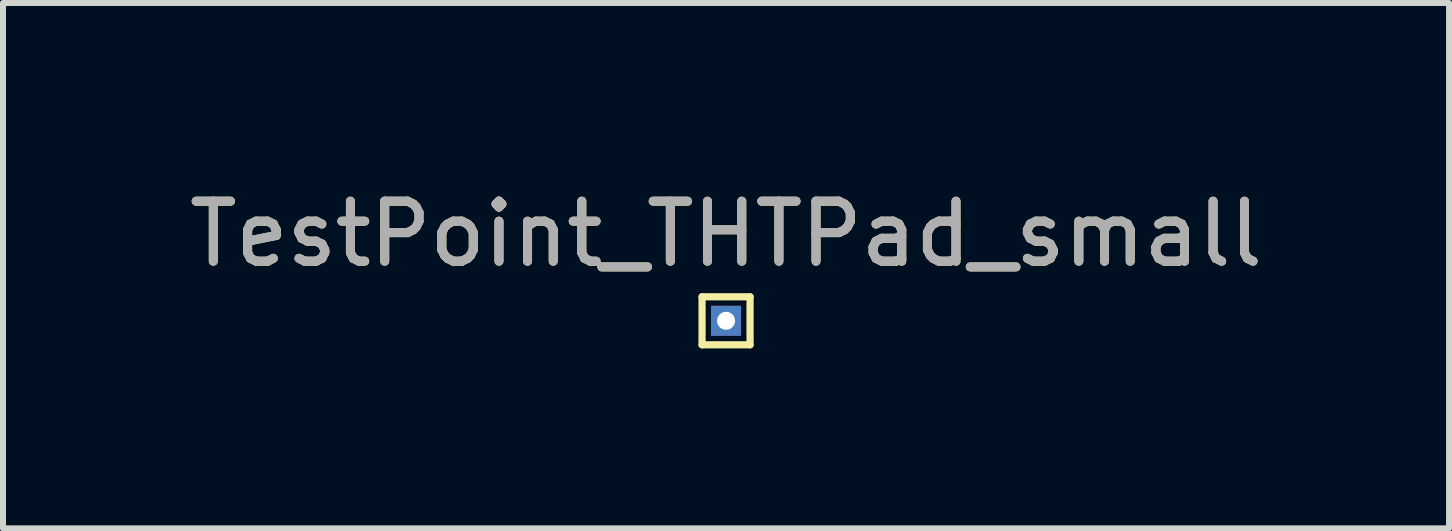
<source format=kicad_pcb>
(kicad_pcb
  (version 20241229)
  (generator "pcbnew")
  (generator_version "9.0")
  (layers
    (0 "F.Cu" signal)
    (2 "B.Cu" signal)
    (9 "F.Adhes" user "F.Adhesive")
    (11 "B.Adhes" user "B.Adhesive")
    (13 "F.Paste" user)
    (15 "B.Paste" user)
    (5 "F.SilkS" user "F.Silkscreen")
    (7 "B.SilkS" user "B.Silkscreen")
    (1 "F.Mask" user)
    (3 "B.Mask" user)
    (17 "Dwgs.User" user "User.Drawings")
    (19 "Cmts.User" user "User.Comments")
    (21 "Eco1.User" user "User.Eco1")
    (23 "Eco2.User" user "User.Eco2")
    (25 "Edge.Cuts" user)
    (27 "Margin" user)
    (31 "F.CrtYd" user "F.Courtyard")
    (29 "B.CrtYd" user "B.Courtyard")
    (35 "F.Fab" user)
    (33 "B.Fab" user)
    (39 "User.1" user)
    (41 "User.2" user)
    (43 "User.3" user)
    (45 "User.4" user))
  (footprint "TestPoint_THTPad_small"
    (layer "F.Cu")
    (at 9.054 2.298)
    (property "Reference" "TestPoint_THTPad_small" (at 0 -1.448 0) (layer "F.SilkS") (effects (font (size 1 1) (thickness 0.15))))
    (attr exclude_from_pos_files exclude_from_bom)
    (fp_line (start -0.4 -0.4) (end 0.4 -0.4) (stroke (width 0.12) (type solid)) (layer "F.SilkS"))
    (fp_line (start -0.4 0.4) (end -0.4 -0.4) (stroke (width 0.12) (type solid)) (layer "F.SilkS"))
    (fp_line (start 0.4 -0.4) (end 0.4 0.4) (stroke (width 0.12) (type solid)) (layer "F.SilkS"))
    (fp_line (start 0.4 0.4) (end -0.4 0.4) (stroke (width 0.12) (type solid)) (layer "F.SilkS"))
    (fp_text user "${REFERENCE}" (at 0 -1.45 0) (layer "F.Fab") (effects (font (size 1 1) (thickness 0.15))))
    (pad "1" thru_hole rect (at 0 0) (size 0.5 0.5) (drill 0.3) (layers "*.Cu" "*.Mask")))
  (gr_rect
    (start -3 -3)
    (end 21.107 5.758)
    (stroke (width 0.1) (type default))
    (fill no)
    (layer "Edge.Cuts")))
</source>
